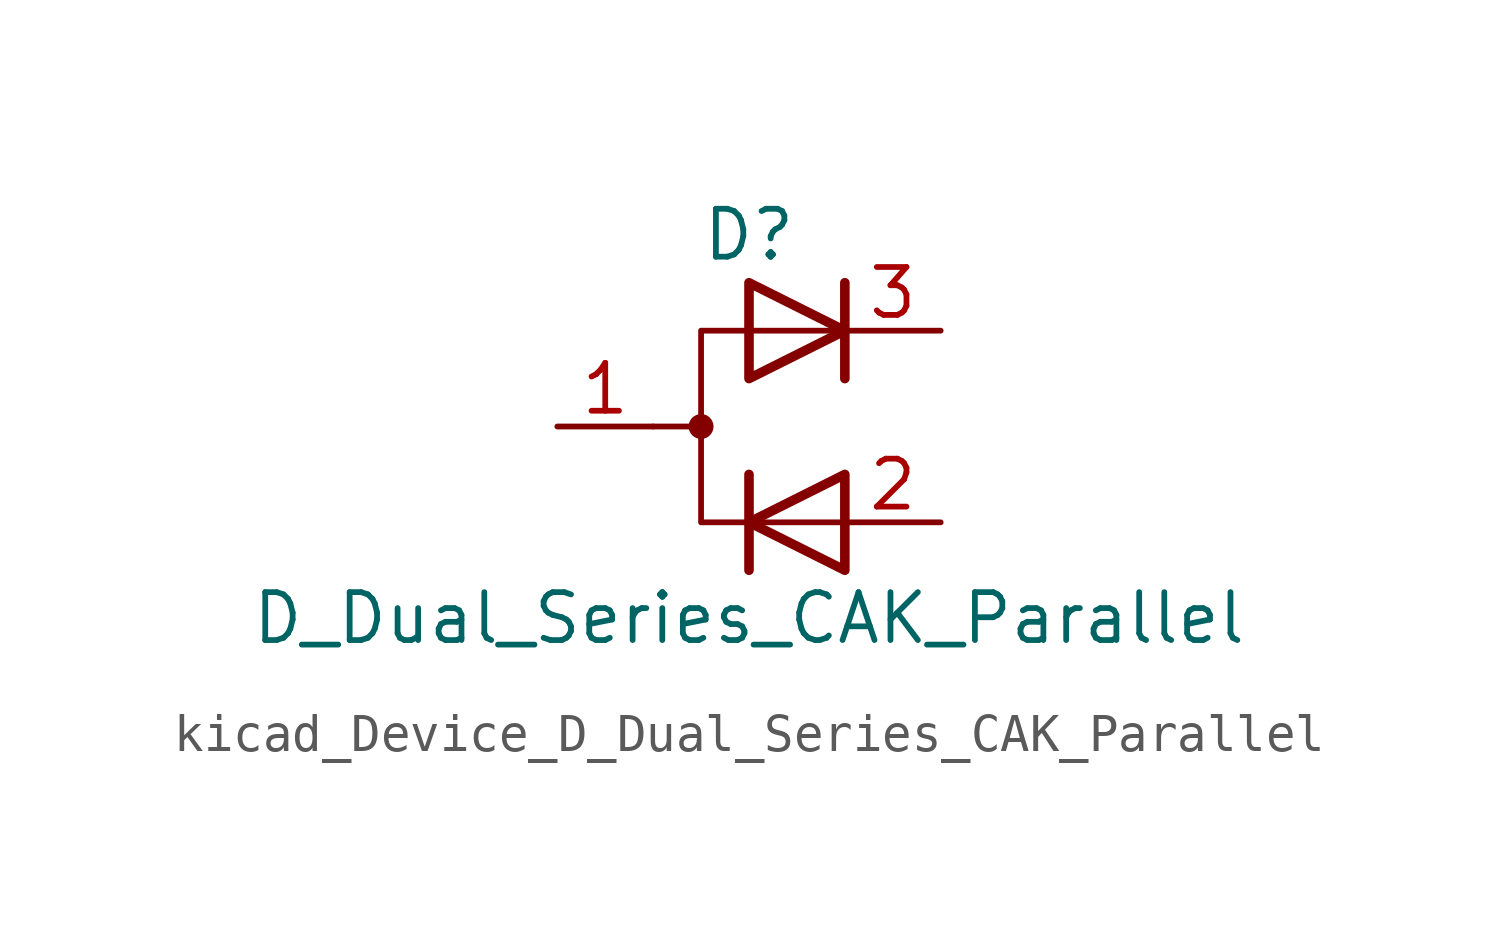
<source format=kicad_sym>
(kicad_symbol_lib
  (version 20220914)
  (generator kicad_symbol_editor)
  (symbol "kicad_Device_D_Dual_Series_CAK_Parallel"
    (pin_names
      (offset 0.762) hide)
    (property "Reference" "D"
      (at 0 5.08 0)
      (effects (font (size 1.27 1.27))))
    (property "Value" "D_Dual_Series_CAK_Parallel"
      (at 0 -5.08 0)
      (effects (font (size 1.27 1.27))))
    (symbol "kicad_Device_D_Dual_Series_CAK_Parallel_0_0"
      (polyline (pts (xy 0 -1.27) (xy 0 -3.81)) (stroke (width 0.254) (type default)) (fill (type none)))
      (polyline (pts (xy 2.54 3.81) (xy 2.54 1.27)) (stroke (width 0.254) (type default)) (fill (type none))))
    (symbol "kicad_Device_D_Dual_Series_CAK_Parallel_0_1"
      (circle (center -1.27 0) (radius 0.254) (stroke (width 0) (type default)) (fill (type outline)))
      (polyline (pts (xy -1.27 0) (xy -2.54 0)) (stroke (width 0) (type default)) (fill (type none)))
      (polyline (pts (xy 2.54 2.54) (xy -1.27 2.54) (xy -1.27 -2.54) (xy 2.54 -2.54)) (stroke (width 0) (type default)) (fill (type none)))
      (polyline (pts (xy 0 3.81) (xy 2.54 2.54) (xy 0 1.27) (xy 0 3.81) (xy 0 3.81) (xy 0 3.81)) (stroke (width 0.254) (type default)) (fill (type none)))
      (polyline (pts (xy 2.54 -1.27) (xy 0 -2.54) (xy 2.54 -3.81) (xy 2.54 -1.27) (xy 2.54 -1.27) (xy 2.54 -1.27)) (stroke (width 0.254) (type default)) (fill (type none)))
      (pin passive line (at -5.08 0 0) (length 2.54) (name "A" (effects (font (size 1.27 1.27)))) (number "1" (effects (font (size 1.27 1.27)))))
      (pin passive line (at 5.08 -2.54 180) (length 2.54) (name "K" (effects (font (size 1.27 1.27)))) (number "2" (effects (font (size 1.27 1.27)))))
      (pin passive line (at 5.08 2.54 180) (length 2.54) (name "K" (effects (font (size 1.27 1.27)))) (number "3" (effects (font (size 1.27 1.27))))))))
</source>
